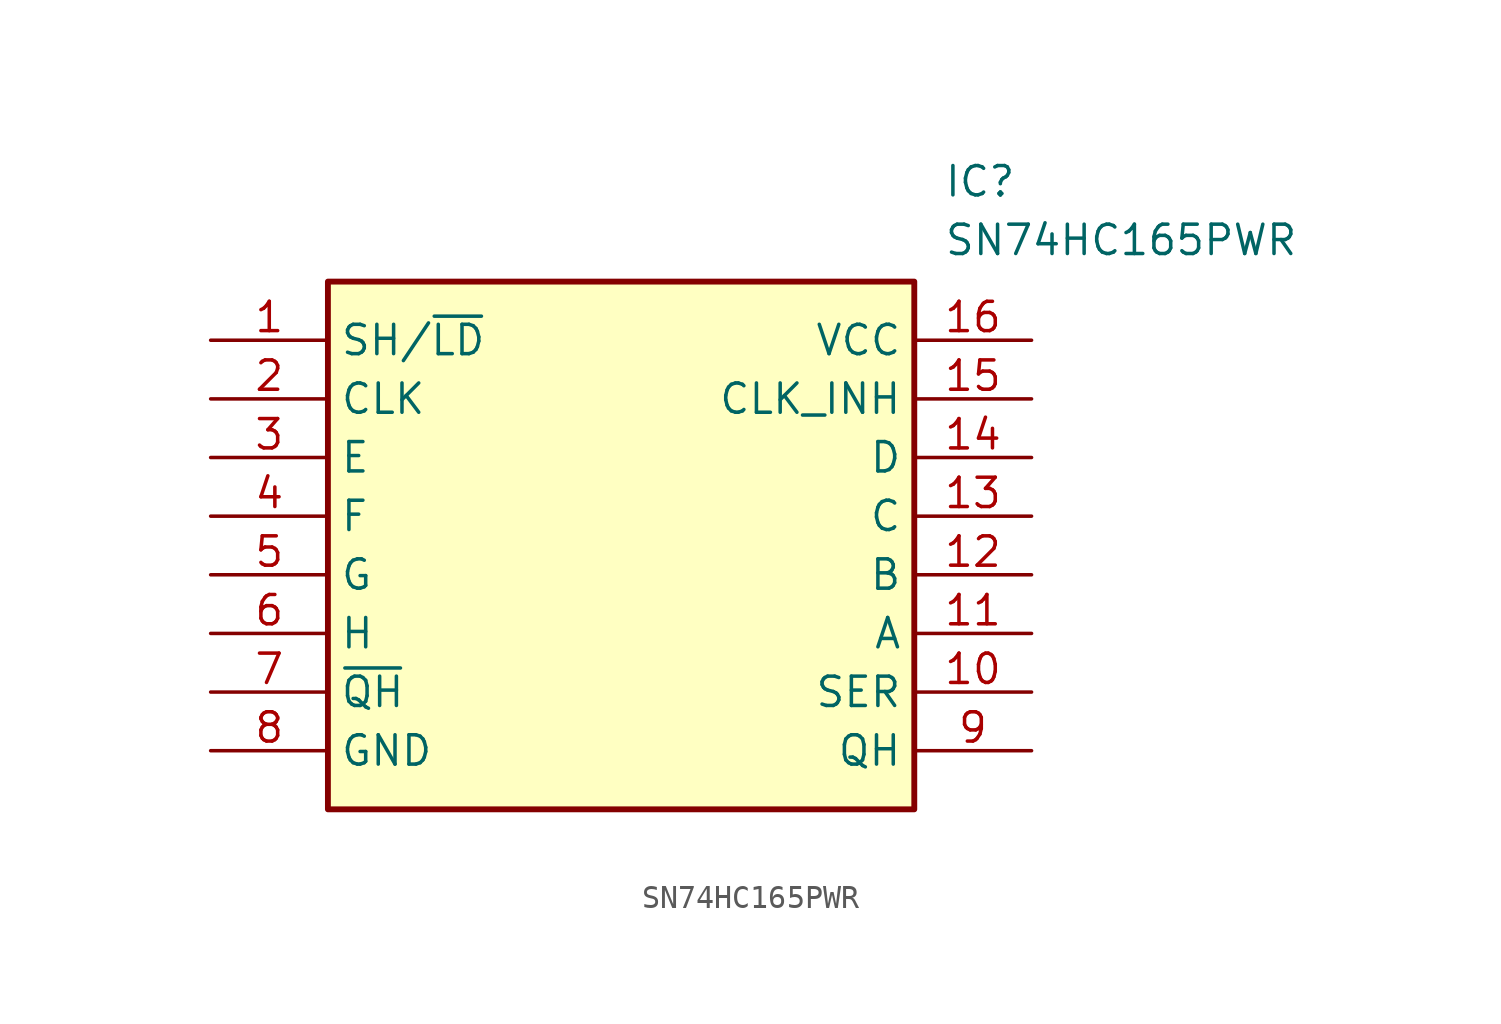
<source format=kicad_sym>
(kicad_symbol_lib
  (version 20211014)
  (generator SamacSys_ECAD_Model)
  (symbol "SN74HC165PWR"
    (property "Reference" "IC"
      (at 31.75 7.62 0)
      (effects (font (size 1.27 1.27)) (justify left top)))
    (property "Value" "SN74HC165PWR"
      (at 31.75 5.08 0)
      (effects (font (size 1.27 1.27)) (justify left top)))
    (rectangle
      (start 5.08 2.54)
      (end 30.48 -20.32)
      (stroke (width 0.254) (type default))
      (fill (type background)))
    (pin passive line
      (at 0 0 0)
      (length 5.08)
      (name "SH/~{LD}" (effects (font (size 1.27 1.27))))
      (number "1" (effects (font (size 1.27 1.27)))))
    (pin passive line
      (at 0 -2.54 0)
      (length 5.08)
      (name "CLK" (effects (font (size 1.27 1.27))))
      (number "2" (effects (font (size 1.27 1.27)))))
    (pin passive line
      (at 0 -5.08 0)
      (length 5.08)
      (name "E" (effects (font (size 1.27 1.27))))
      (number "3" (effects (font (size 1.27 1.27)))))
    (pin passive line
      (at 0 -7.62 0)
      (length 5.08)
      (name "F" (effects (font (size 1.27 1.27))))
      (number "4" (effects (font (size 1.27 1.27)))))
    (pin passive line
      (at 0 -10.16 0)
      (length 5.08)
      (name "G" (effects (font (size 1.27 1.27))))
      (number "5" (effects (font (size 1.27 1.27)))))
    (pin passive line
      (at 0 -12.7 0)
      (length 5.08)
      (name "H" (effects (font (size 1.27 1.27))))
      (number "6" (effects (font (size 1.27 1.27)))))
    (pin passive line
      (at 0 -15.24 0)
      (length 5.08)
      (name "~{QH}" (effects (font (size 1.27 1.27))))
      (number "7" (effects (font (size 1.27 1.27)))))
    (pin passive line
      (at 0 -17.78 0)
      (length 5.08)
      (name "GND" (effects (font (size 1.27 1.27))))
      (number "8" (effects (font (size 1.27 1.27)))))
    (pin passive line
      (at 35.56 0 180)
      (length 5.08)
      (name "VCC" (effects (font (size 1.27 1.27))))
      (number "16" (effects (font (size 1.27 1.27)))))
    (pin passive line
      (at 35.56 -2.54 180)
      (length 5.08)
      (name "CLK_INH" (effects (font (size 1.27 1.27))))
      (number "15" (effects (font (size 1.27 1.27)))))
    (pin passive line
      (at 35.56 -5.08 180)
      (length 5.08)
      (name "D" (effects (font (size 1.27 1.27))))
      (number "14" (effects (font (size 1.27 1.27)))))
    (pin passive line
      (at 35.56 -7.62 180)
      (length 5.08)
      (name "C" (effects (font (size 1.27 1.27))))
      (number "13" (effects (font (size 1.27 1.27)))))
    (pin passive line
      (at 35.56 -10.16 180)
      (length 5.08)
      (name "B" (effects (font (size 1.27 1.27))))
      (number "12" (effects (font (size 1.27 1.27)))))
    (pin passive line
      (at 35.56 -12.7 180)
      (length 5.08)
      (name "A" (effects (font (size 1.27 1.27))))
      (number "11" (effects (font (size 1.27 1.27)))))
    (pin passive line
      (at 35.56 -15.24 180)
      (length 5.08)
      (name "SER" (effects (font (size 1.27 1.27))))
      (number "10" (effects (font (size 1.27 1.27)))))
    (pin passive line
      (at 35.56 -17.78 180)
      (length 5.08)
      (name "QH" (effects (font (size 1.27 1.27))))
      (number "9" (effects (font (size 1.27 1.27)))))))
</source>
